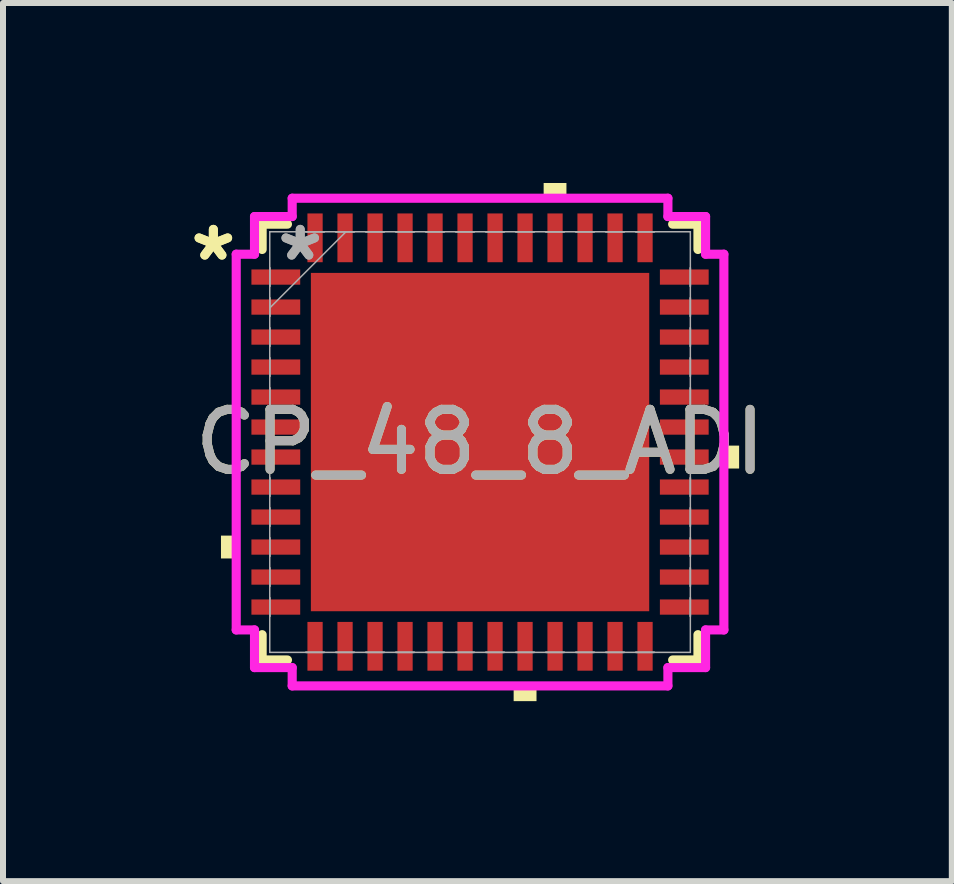
<source format=kicad_pcb>
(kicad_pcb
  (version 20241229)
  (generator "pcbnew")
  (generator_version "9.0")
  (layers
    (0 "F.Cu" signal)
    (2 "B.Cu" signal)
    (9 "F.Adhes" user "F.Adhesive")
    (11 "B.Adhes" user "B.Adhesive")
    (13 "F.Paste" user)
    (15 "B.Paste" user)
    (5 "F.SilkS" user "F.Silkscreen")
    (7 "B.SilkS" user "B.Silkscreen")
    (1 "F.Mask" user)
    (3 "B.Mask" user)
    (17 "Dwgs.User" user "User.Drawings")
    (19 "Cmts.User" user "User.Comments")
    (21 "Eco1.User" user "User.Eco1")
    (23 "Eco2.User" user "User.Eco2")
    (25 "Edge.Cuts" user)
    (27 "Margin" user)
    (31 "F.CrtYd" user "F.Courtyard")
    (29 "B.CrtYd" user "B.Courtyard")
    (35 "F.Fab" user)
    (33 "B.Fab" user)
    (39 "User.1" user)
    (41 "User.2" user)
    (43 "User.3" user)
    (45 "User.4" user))
  (footprint "CP_48_8_ADI"
    (layer "F.Cu")
    (at 4.951 4.318)
    (property "Reference" "CP_48_8_ADI" (at 0 0 0) (unlocked yes) (layer "F.SilkS") (effects (font (size 1 1) (thickness 0.15))))
    (attr smd)
    (fp_line (start -3.632 -3.632) (end -3.632 -3.21) (stroke (width 0.152) (type solid)) (layer "F.SilkS"))
    (fp_line (start -3.632 3.21) (end -3.632 3.632) (stroke (width 0.152) (type solid)) (layer "F.SilkS"))
    (fp_line (start -3.632 3.632) (end -3.21 3.632) (stroke (width 0.152) (type solid)) (layer "F.SilkS"))
    (fp_line (start -3.21 -3.632) (end -3.632 -3.632) (stroke (width 0.152) (type solid)) (layer "F.SilkS"))
    (fp_line (start 3.21 3.632) (end 3.632 3.632) (stroke (width 0.152) (type solid)) (layer "F.SilkS"))
    (fp_line (start 3.632 -3.632) (end 3.21 -3.632) (stroke (width 0.152) (type solid)) (layer "F.SilkS"))
    (fp_line (start 3.632 -3.21) (end 3.632 -3.632) (stroke (width 0.152) (type solid)) (layer "F.SilkS"))
    (fp_line (start 3.632 3.632) (end 3.632 3.21) (stroke (width 0.152) (type solid)) (layer "F.SilkS"))
    (fp_poly (pts (xy -4.318 1.559) (xy -4.318 1.94) (xy -4.064 1.94) (xy -4.064 1.559)) (stroke (width 0) (type solid)) (fill yes) (layer "F.SilkS"))
    (fp_poly (pts (xy 0.56 4.064) (xy 0.56 4.318) (xy 0.941 4.318) (xy 0.941 4.064)) (stroke (width 0) (type solid)) (fill yes) (layer "F.SilkS"))
    (fp_poly (pts (xy 1.06 -4.064) (xy 1.06 -4.318) (xy 1.44 -4.318) (xy 1.44 -4.064)) (stroke (width 0) (type solid)) (fill yes) (layer "F.SilkS"))
    (fp_poly (pts (xy 4.318 0.059) (xy 4.318 0.441) (xy 4.064 0.441) (xy 4.064 0.059)) (stroke (width 0) (type solid)) (fill yes) (layer "F.SilkS"))
    (fp_poly (pts (xy -2.719 -2.719) (xy -2.719 -1.51) (xy -1.51 -1.51) (xy -1.51 -2.719)) (stroke (width 0) (type solid)) (fill yes) (layer "F.Paste"))
    (fp_poly (pts (xy -2.719 -1.31) (xy -2.719 -0.1) (xy -1.51 -0.1) (xy -1.51 -1.31)) (stroke (width 0) (type solid)) (fill yes) (layer "F.Paste"))
    (fp_poly (pts (xy -2.719 0.1) (xy -2.719 1.31) (xy -1.51 1.31) (xy -1.51 0.1)) (stroke (width 0) (type solid)) (fill yes) (layer "F.Paste"))
    (fp_poly (pts (xy -2.719 1.51) (xy -2.719 2.719) (xy -1.51 2.719) (xy -1.51 1.51)) (stroke (width 0) (type solid)) (fill yes) (layer "F.Paste"))
    (fp_poly (pts (xy -1.31 -2.719) (xy -1.31 -1.51) (xy -0.1 -1.51) (xy -0.1 -2.719)) (stroke (width 0) (type solid)) (fill yes) (layer "F.Paste"))
    (fp_poly (pts (xy -1.31 -1.31) (xy -1.31 -0.1) (xy -0.1 -0.1) (xy -0.1 -1.31)) (stroke (width 0) (type solid)) (fill yes) (layer "F.Paste"))
    (fp_poly (pts (xy -1.31 0.1) (xy -1.31 1.31) (xy -0.1 1.31) (xy -0.1 0.1)) (stroke (width 0) (type solid)) (fill yes) (layer "F.Paste"))
    (fp_poly (pts (xy -1.31 1.51) (xy -1.31 2.719) (xy -0.1 2.719) (xy -0.1 1.51)) (stroke (width 0) (type solid)) (fill yes) (layer "F.Paste"))
    (fp_poly (pts (xy 0.1 -2.719) (xy 0.1 -1.51) (xy 1.31 -1.51) (xy 1.31 -2.719)) (stroke (width 0) (type solid)) (fill yes) (layer "F.Paste"))
    (fp_poly (pts (xy 0.1 -1.31) (xy 0.1 -0.1) (xy 1.31 -0.1) (xy 1.31 -1.31)) (stroke (width 0) (type solid)) (fill yes) (layer "F.Paste"))
    (fp_poly (pts (xy 0.1 0.1) (xy 0.1 1.31) (xy 1.31 1.31) (xy 1.31 0.1)) (stroke (width 0) (type solid)) (fill yes) (layer "F.Paste"))
    (fp_poly (pts (xy 0.1 1.51) (xy 0.1 2.719) (xy 1.31 2.719) (xy 1.31 1.51)) (stroke (width 0) (type solid)) (fill yes) (layer "F.Paste"))
    (fp_poly (pts (xy 1.51 -2.719) (xy 1.51 -1.51) (xy 2.719 -1.51) (xy 2.719 -2.719)) (stroke (width 0) (type solid)) (fill yes) (layer "F.Paste"))
    (fp_poly (pts (xy 1.51 -1.31) (xy 1.51 -0.1) (xy 2.719 -0.1) (xy 2.719 -1.31)) (stroke (width 0) (type solid)) (fill yes) (layer "F.Paste"))
    (fp_poly (pts (xy 1.51 0.1) (xy 1.51 1.31) (xy 2.719 1.31) (xy 2.719 0.1)) (stroke (width 0) (type solid)) (fill yes) (layer "F.Paste"))
    (fp_poly (pts (xy 1.51 1.51) (xy 1.51 2.719) (xy 2.719 2.719) (xy 2.719 1.51)) (stroke (width 0) (type solid)) (fill yes) (layer "F.Paste"))
    (fp_line (start -4.064 -3.131) (end -3.759 -3.131) (stroke (width 0.152) (type solid)) (layer "F.CrtYd"))
    (fp_line (start -4.064 3.131) (end -4.064 -3.131) (stroke (width 0.152) (type solid)) (layer "F.CrtYd"))
    (fp_line (start -3.759 -3.759) (end -3.131 -3.759) (stroke (width 0.152) (type solid)) (layer "F.CrtYd"))
    (fp_line (start -3.759 -3.131) (end -3.759 -3.759) (stroke (width 0.152) (type solid)) (layer "F.CrtYd"))
    (fp_line (start -3.759 3.131) (end -4.064 3.131) (stroke (width 0.152) (type solid)) (layer "F.CrtYd"))
    (fp_line (start -3.759 3.759) (end -3.759 3.131) (stroke (width 0.152) (type solid)) (layer "F.CrtYd"))
    (fp_line (start -3.131 -4.064) (end 3.131 -4.064) (stroke (width 0.152) (type solid)) (layer "F.CrtYd"))
    (fp_line (start -3.131 -3.759) (end -3.131 -4.064) (stroke (width 0.152) (type solid)) (layer "F.CrtYd"))
    (fp_line (start -3.131 3.759) (end -3.759 3.759) (stroke (width 0.152) (type solid)) (layer "F.CrtYd"))
    (fp_line (start -3.131 4.064) (end -3.131 3.759) (stroke (width 0.152) (type solid)) (layer "F.CrtYd"))
    (fp_line (start 3.131 -4.064) (end 3.131 -3.759) (stroke (width 0.152) (type solid)) (layer "F.CrtYd"))
    (fp_line (start 3.131 -3.759) (end 3.759 -3.759) (stroke (width 0.152) (type solid)) (layer "F.CrtYd"))
    (fp_line (start 3.131 3.759) (end 3.131 4.064) (stroke (width 0.152) (type solid)) (layer "F.CrtYd"))
    (fp_line (start 3.131 4.064) (end -3.131 4.064) (stroke (width 0.152) (type solid)) (layer "F.CrtYd"))
    (fp_line (start 3.759 -3.759) (end 3.759 -3.131) (stroke (width 0.152) (type solid)) (layer "F.CrtYd"))
    (fp_line (start 3.759 -3.131) (end 4.064 -3.131) (stroke (width 0.152) (type solid)) (layer "F.CrtYd"))
    (fp_line (start 3.759 3.131) (end 3.759 3.759) (stroke (width 0.152) (type solid)) (layer "F.CrtYd"))
    (fp_line (start 3.759 3.759) (end 3.131 3.759) (stroke (width 0.152) (type solid)) (layer "F.CrtYd"))
    (fp_line (start 4.064 -3.131) (end 4.064 3.131) (stroke (width 0.152) (type solid)) (layer "F.CrtYd"))
    (fp_line (start 4.064 3.131) (end 3.759 3.131) (stroke (width 0.152) (type solid)) (layer "F.CrtYd"))
    (fp_line (start -3.505 -3.505) (end -3.505 -3.505) (stroke (width 0.025) (type solid)) (layer "F.Fab"))
    (fp_line (start -3.505 -3.505) (end -3.505 3.505) (stroke (width 0.025) (type solid)) (layer "F.Fab"))
    (fp_line (start -3.505 -2.902) (end -3.505 -2.902) (stroke (width 0.025) (type solid)) (layer "F.Fab"))
    (fp_line (start -3.505 -2.902) (end -3.505 -2.598) (stroke (width 0.025) (type solid)) (layer "F.Fab"))
    (fp_line (start -3.505 -2.598) (end -3.505 -2.902) (stroke (width 0.025) (type solid)) (layer "F.Fab"))
    (fp_line (start -3.505 -2.598) (end -3.505 -2.598) (stroke (width 0.025) (type solid)) (layer "F.Fab"))
    (fp_line (start -3.505 -2.402) (end -3.505 -2.402) (stroke (width 0.025) (type solid)) (layer "F.Fab"))
    (fp_line (start -3.505 -2.402) (end -3.505 -2.098) (stroke (width 0.025) (type solid)) (layer "F.Fab"))
    (fp_line (start -3.505 -2.235) (end -2.235 -3.505) (stroke (width 0.025) (type solid)) (layer "F.Fab"))
    (fp_line (start -3.505 -2.098) (end -3.505 -2.402) (stroke (width 0.025) (type solid)) (layer "F.Fab"))
    (fp_line (start -3.505 -2.098) (end -3.505 -2.098) (stroke (width 0.025) (type solid)) (layer "F.Fab"))
    (fp_line (start -3.505 -1.902) (end -3.505 -1.902) (stroke (width 0.025) (type solid)) (layer "F.Fab"))
    (fp_line (start -3.505 -1.902) (end -3.505 -1.598) (stroke (width 0.025) (type solid)) (layer "F.Fab"))
    (fp_line (start -3.505 -1.598) (end -3.505 -1.902) (stroke (width 0.025) (type solid)) (layer "F.Fab"))
    (fp_line (start -3.505 -1.598) (end -3.505 -1.598) (stroke (width 0.025) (type solid)) (layer "F.Fab"))
    (fp_line (start -3.505 -1.402) (end -3.505 -1.402) (stroke (width 0.025) (type solid)) (layer "F.Fab"))
    (fp_line (start -3.505 -1.402) (end -3.505 -1.098) (stroke (width 0.025) (type solid)) (layer "F.Fab"))
    (fp_line (start -3.505 -1.098) (end -3.505 -1.402) (stroke (width 0.025) (type solid)) (layer "F.Fab"))
    (fp_line (start -3.505 -1.098) (end -3.505 -1.098) (stroke (width 0.025) (type solid)) (layer "F.Fab"))
    (fp_line (start -3.505 -0.902) (end -3.505 -0.902) (stroke (width 0.025) (type solid)) (layer "F.Fab"))
    (fp_line (start -3.505 -0.902) (end -3.505 -0.598) (stroke (width 0.025) (type solid)) (layer "F.Fab"))
    (fp_line (start -3.505 -0.598) (end -3.505 -0.902) (stroke (width 0.025) (type solid)) (layer "F.Fab"))
    (fp_line (start -3.505 -0.598) (end -3.505 -0.598) (stroke (width 0.025) (type solid)) (layer "F.Fab"))
    (fp_line (start -3.505 -0.402) (end -3.505 -0.402) (stroke (width 0.025) (type solid)) (layer "F.Fab"))
    (fp_line (start -3.505 -0.402) (end -3.505 -0.098) (stroke (width 0.025) (type solid)) (layer "F.Fab"))
    (fp_line (start -3.505 -0.098) (end -3.505 -0.402) (stroke (width 0.025) (type solid)) (layer "F.Fab"))
    (fp_line (start -3.505 -0.098) (end -3.505 -0.098) (stroke (width 0.025) (type solid)) (layer "F.Fab"))
    (fp_line (start -3.505 0.098) (end -3.505 0.098) (stroke (width 0.025) (type solid)) (layer "F.Fab"))
    (fp_line (start -3.505 0.098) (end -3.505 0.402) (stroke (width 0.025) (type solid)) (layer "F.Fab"))
    (fp_line (start -3.505 0.402) (end -3.505 0.098) (stroke (width 0.025) (type solid)) (layer "F.Fab"))
    (fp_line (start -3.505 0.402) (end -3.505 0.402) (stroke (width 0.025) (type solid)) (layer "F.Fab"))
    (fp_line (start -3.505 0.598) (end -3.505 0.598) (stroke (width 0.025) (type solid)) (layer "F.Fab"))
    (fp_line (start -3.505 0.598) (end -3.505 0.902) (stroke (width 0.025) (type solid)) (layer "F.Fab"))
    (fp_line (start -3.505 0.902) (end -3.505 0.598) (stroke (width 0.025) (type solid)) (layer "F.Fab"))
    (fp_line (start -3.505 0.902) (end -3.505 0.902) (stroke (width 0.025) (type solid)) (layer "F.Fab"))
    (fp_line (start -3.505 1.098) (end -3.505 1.098) (stroke (width 0.025) (type solid)) (layer "F.Fab"))
    (fp_line (start -3.505 1.098) (end -3.505 1.402) (stroke (width 0.025) (type solid)) (layer "F.Fab"))
    (fp_line (start -3.505 1.402) (end -3.505 1.098) (stroke (width 0.025) (type solid)) (layer "F.Fab"))
    (fp_line (start -3.505 1.402) (end -3.505 1.402) (stroke (width 0.025) (type solid)) (layer "F.Fab"))
    (fp_line (start -3.505 1.598) (end -3.505 1.598) (stroke (width 0.025) (type solid)) (layer "F.Fab"))
    (fp_line (start -3.505 1.598) (end -3.505 1.902) (stroke (width 0.025) (type solid)) (layer "F.Fab"))
    (fp_line (start -3.505 1.902) (end -3.505 1.598) (stroke (width 0.025) (type solid)) (layer "F.Fab"))
    (fp_line (start -3.505 1.902) (end -3.505 1.902) (stroke (width 0.025) (type solid)) (layer "F.Fab"))
    (fp_line (start -3.505 2.098) (end -3.505 2.098) (stroke (width 0.025) (type solid)) (layer "F.Fab"))
    (fp_line (start -3.505 2.098) (end -3.505 2.402) (stroke (width 0.025) (type solid)) (layer "F.Fab"))
    (fp_line (start -3.505 2.402) (end -3.505 2.098) (stroke (width 0.025) (type solid)) (layer "F.Fab"))
    (fp_line (start -3.505 2.402) (end -3.505 2.402) (stroke (width 0.025) (type solid)) (layer "F.Fab"))
    (fp_line (start -3.505 2.598) (end -3.505 2.598) (stroke (width 0.025) (type solid)) (layer "F.Fab"))
    (fp_line (start -3.505 2.598) (end -3.505 2.902) (stroke (width 0.025) (type solid)) (layer "F.Fab"))
    (fp_line (start -3.505 2.902) (end -3.505 2.598) (stroke (width 0.025) (type solid)) (layer "F.Fab"))
    (fp_line (start -3.505 2.902) (end -3.505 2.902) (stroke (width 0.025) (type solid)) (layer "F.Fab"))
    (fp_line (start -3.505 3.505) (end -3.505 3.505) (stroke (width 0.025) (type solid)) (layer "F.Fab"))
    (fp_line (start -3.505 3.505) (end 3.505 3.505) (stroke (width 0.025) (type solid)) (layer "F.Fab"))
    (fp_line (start -2.902 -3.505) (end -2.902 -3.505) (stroke (width 0.025) (type solid)) (layer "F.Fab"))
    (fp_line (start -2.902 -3.505) (end -2.598 -3.505) (stroke (width 0.025) (type solid)) (layer "F.Fab"))
    (fp_line (start -2.902 3.505) (end -2.902 3.505) (stroke (width 0.025) (type solid)) (layer "F.Fab"))
    (fp_line (start -2.902 3.505) (end -2.598 3.505) (stroke (width 0.025) (type solid)) (layer "F.Fab"))
    (fp_line (start -2.598 -3.505) (end -2.902 -3.505) (stroke (width 0.025) (type solid)) (layer "F.Fab"))
    (fp_line (start -2.598 -3.505) (end -2.598 -3.505) (stroke (width 0.025) (type solid)) (layer "F.Fab"))
    (fp_line (start -2.598 3.505) (end -2.902 3.505) (stroke (width 0.025) (type solid)) (layer "F.Fab"))
    (fp_line (start -2.598 3.505) (end -2.598 3.505) (stroke (width 0.025) (type solid)) (layer "F.Fab"))
    (fp_line (start -2.402 -3.505) (end -2.402 -3.505) (stroke (width 0.025) (type solid)) (layer "F.Fab"))
    (fp_line (start -2.402 -3.505) (end -2.098 -3.505) (stroke (width 0.025) (type solid)) (layer "F.Fab"))
    (fp_line (start -2.402 3.505) (end -2.402 3.505) (stroke (width 0.025) (type solid)) (layer "F.Fab"))
    (fp_line (start -2.402 3.505) (end -2.098 3.505) (stroke (width 0.025) (type solid)) (layer "F.Fab"))
    (fp_line (start -2.098 -3.505) (end -2.402 -3.505) (stroke (width 0.025) (type solid)) (layer "F.Fab"))
    (fp_line (start -2.098 -3.505) (end -2.098 -3.505) (stroke (width 0.025) (type solid)) (layer "F.Fab"))
    (fp_line (start -2.098 3.505) (end -2.402 3.505) (stroke (width 0.025) (type solid)) (layer "F.Fab"))
    (fp_line (start -2.098 3.505) (end -2.098 3.505) (stroke (width 0.025) (type solid)) (layer "F.Fab"))
    (fp_line (start -1.902 -3.505) (end -1.902 -3.505) (stroke (width 0.025) (type solid)) (layer "F.Fab"))
    (fp_line (start -1.902 -3.505) (end -1.598 -3.505) (stroke (width 0.025) (type solid)) (layer "F.Fab"))
    (fp_line (start -1.902 3.505) (end -1.902 3.505) (stroke (width 0.025) (type solid)) (layer "F.Fab"))
    (fp_line (start -1.902 3.505) (end -1.598 3.505) (stroke (width 0.025) (type solid)) (layer "F.Fab"))
    (fp_line (start -1.598 -3.505) (end -1.902 -3.505) (stroke (width 0.025) (type solid)) (layer "F.Fab"))
    (fp_line (start -1.598 -3.505) (end -1.598 -3.505) (stroke (width 0.025) (type solid)) (layer "F.Fab"))
    (fp_line (start -1.598 3.505) (end -1.902 3.505) (stroke (width 0.025) (type solid)) (layer "F.Fab"))
    (fp_line (start -1.598 3.505) (end -1.598 3.505) (stroke (width 0.025) (type solid)) (layer "F.Fab"))
    (fp_line (start -1.402 -3.505) (end -1.402 -3.505) (stroke (width 0.025) (type solid)) (layer "F.Fab"))
    (fp_line (start -1.402 -3.505) (end -1.098 -3.505) (stroke (width 0.025) (type solid)) (layer "F.Fab"))
    (fp_line (start -1.402 3.505) (end -1.402 3.505) (stroke (width 0.025) (type solid)) (layer "F.Fab"))
    (fp_line (start -1.402 3.505) (end -1.098 3.505) (stroke (width 0.025) (type solid)) (layer "F.Fab"))
    (fp_line (start -1.098 -3.505) (end -1.402 -3.505) (stroke (width 0.025) (type solid)) (layer "F.Fab"))
    (fp_line (start -1.098 -3.505) (end -1.098 -3.505) (stroke (width 0.025) (type solid)) (layer "F.Fab"))
    (fp_line (start -1.098 3.505) (end -1.402 3.505) (stroke (width 0.025) (type solid)) (layer "F.Fab"))
    (fp_line (start -1.098 3.505) (end -1.098 3.505) (stroke (width 0.025) (type solid)) (layer "F.Fab"))
    (fp_line (start -0.902 -3.505) (end -0.902 -3.505) (stroke (width 0.025) (type solid)) (layer "F.Fab"))
    (fp_line (start -0.902 -3.505) (end -0.598 -3.505) (stroke (width 0.025) (type solid)) (layer "F.Fab"))
    (fp_line (start -0.902 3.505) (end -0.902 3.505) (stroke (width 0.025) (type solid)) (layer "F.Fab"))
    (fp_line (start -0.902 3.505) (end -0.598 3.505) (stroke (width 0.025) (type solid)) (layer "F.Fab"))
    (fp_line (start -0.598 -3.505) (end -0.902 -3.505) (stroke (width 0.025) (type solid)) (layer "F.Fab"))
    (fp_line (start -0.598 -3.505) (end -0.598 -3.505) (stroke (width 0.025) (type solid)) (layer "F.Fab"))
    (fp_line (start -0.598 3.505) (end -0.902 3.505) (stroke (width 0.025) (type solid)) (layer "F.Fab"))
    (fp_line (start -0.598 3.505) (end -0.598 3.505) (stroke (width 0.025) (type solid)) (layer "F.Fab"))
    (fp_line (start -0.402 -3.505) (end -0.402 -3.505) (stroke (width 0.025) (type solid)) (layer "F.Fab"))
    (fp_line (start -0.402 -3.505) (end -0.098 -3.505) (stroke (width 0.025) (type solid)) (layer "F.Fab"))
    (fp_line (start -0.402 3.505) (end -0.402 3.505) (stroke (width 0.025) (type solid)) (layer "F.Fab"))
    (fp_line (start -0.402 3.505) (end -0.098 3.505) (stroke (width 0.025) (type solid)) (layer "F.Fab"))
    (fp_line (start -0.098 -3.505) (end -0.402 -3.505) (stroke (width 0.025) (type solid)) (layer "F.Fab"))
    (fp_line (start -0.098 -3.505) (end -0.098 -3.505) (stroke (width 0.025) (type solid)) (layer "F.Fab"))
    (fp_line (start -0.098 3.505) (end -0.402 3.505) (stroke (width 0.025) (type solid)) (layer "F.Fab"))
    (fp_line (start -0.098 3.505) (end -0.098 3.505) (stroke (width 0.025) (type solid)) (layer "F.Fab"))
    (fp_line (start 0.098 -3.505) (end 0.098 -3.505) (stroke (width 0.025) (type solid)) (layer "F.Fab"))
    (fp_line (start 0.098 -3.505) (end 0.402 -3.505) (stroke (width 0.025) (type solid)) (layer "F.Fab"))
    (fp_line (start 0.098 3.505) (end 0.098 3.505) (stroke (width 0.025) (type solid)) (layer "F.Fab"))
    (fp_line (start 0.098 3.505) (end 0.402 3.505) (stroke (width 0.025) (type solid)) (layer "F.Fab"))
    (fp_line (start 0.402 -3.505) (end 0.098 -3.505) (stroke (width 0.025) (type solid)) (layer "F.Fab"))
    (fp_line (start 0.402 -3.505) (end 0.402 -3.505) (stroke (width 0.025) (type solid)) (layer "F.Fab"))
    (fp_line (start 0.402 3.505) (end 0.098 3.505) (stroke (width 0.025) (type solid)) (layer "F.Fab"))
    (fp_line (start 0.402 3.505) (end 0.402 3.505) (stroke (width 0.025) (type solid)) (layer "F.Fab"))
    (fp_line (start 0.598 -3.505) (end 0.598 -3.505) (stroke (width 0.025) (type solid)) (layer "F.Fab"))
    (fp_line (start 0.598 -3.505) (end 0.902 -3.505) (stroke (width 0.025) (type solid)) (layer "F.Fab"))
    (fp_line (start 0.598 3.505) (end 0.598 3.505) (stroke (width 0.025) (type solid)) (layer "F.Fab"))
    (fp_line (start 0.598 3.505) (end 0.902 3.505) (stroke (width 0.025) (type solid)) (layer "F.Fab"))
    (fp_line (start 0.902 -3.505) (end 0.598 -3.505) (stroke (width 0.025) (type solid)) (layer "F.Fab"))
    (fp_line (start 0.902 -3.505) (end 0.902 -3.505) (stroke (width 0.025) (type solid)) (layer "F.Fab"))
    (fp_line (start 0.902 3.505) (end 0.598 3.505) (stroke (width 0.025) (type solid)) (layer "F.Fab"))
    (fp_line (start 0.902 3.505) (end 0.902 3.505) (stroke (width 0.025) (type solid)) (layer "F.Fab"))
    (fp_line (start 1.098 -3.505) (end 1.098 -3.505) (stroke (width 0.025) (type solid)) (layer "F.Fab"))
    (fp_line (start 1.098 -3.505) (end 1.402 -3.505) (stroke (width 0.025) (type solid)) (layer "F.Fab"))
    (fp_line (start 1.098 3.505) (end 1.098 3.505) (stroke (width 0.025) (type solid)) (layer "F.Fab"))
    (fp_line (start 1.098 3.505) (end 1.402 3.505) (stroke (width 0.025) (type solid)) (layer "F.Fab"))
    (fp_line (start 1.402 -3.505) (end 1.098 -3.505) (stroke (width 0.025) (type solid)) (layer "F.Fab"))
    (fp_line (start 1.402 -3.505) (end 1.402 -3.505) (stroke (width 0.025) (type solid)) (layer "F.Fab"))
    (fp_line (start 1.402 3.505) (end 1.098 3.505) (stroke (width 0.025) (type solid)) (layer "F.Fab"))
    (fp_line (start 1.402 3.505) (end 1.402 3.505) (stroke (width 0.025) (type solid)) (layer "F.Fab"))
    (fp_line (start 1.598 -3.505) (end 1.598 -3.505) (stroke (width 0.025) (type solid)) (layer "F.Fab"))
    (fp_line (start 1.598 -3.505) (end 1.902 -3.505) (stroke (width 0.025) (type solid)) (layer "F.Fab"))
    (fp_line (start 1.598 3.505) (end 1.598 3.505) (stroke (width 0.025) (type solid)) (layer "F.Fab"))
    (fp_line (start 1.598 3.505) (end 1.902 3.505) (stroke (width 0.025) (type solid)) (layer "F.Fab"))
    (fp_line (start 1.902 -3.505) (end 1.598 -3.505) (stroke (width 0.025) (type solid)) (layer "F.Fab"))
    (fp_line (start 1.902 -3.505) (end 1.902 -3.505) (stroke (width 0.025) (type solid)) (layer "F.Fab"))
    (fp_line (start 1.902 3.505) (end 1.598 3.505) (stroke (width 0.025) (type solid)) (layer "F.Fab"))
    (fp_line (start 1.902 3.505) (end 1.902 3.505) (stroke (width 0.025) (type solid)) (layer "F.Fab"))
    (fp_line (start 2.098 -3.505) (end 2.098 -3.505) (stroke (width 0.025) (type solid)) (layer "F.Fab"))
    (fp_line (start 2.098 -3.505) (end 2.402 -3.505) (stroke (width 0.025) (type solid)) (layer "F.Fab"))
    (fp_line (start 2.098 3.505) (end 2.098 3.505) (stroke (width 0.025) (type solid)) (layer "F.Fab"))
    (fp_line (start 2.098 3.505) (end 2.402 3.505) (stroke (width 0.025) (type solid)) (layer "F.Fab"))
    (fp_line (start 2.402 -3.505) (end 2.098 -3.505) (stroke (width 0.025) (type solid)) (layer "F.Fab"))
    (fp_line (start 2.402 -3.505) (end 2.402 -3.505) (stroke (width 0.025) (type solid)) (layer "F.Fab"))
    (fp_line (start 2.402 3.505) (end 2.098 3.505) (stroke (width 0.025) (type solid)) (layer "F.Fab"))
    (fp_line (start 2.402 3.505) (end 2.402 3.505) (stroke (width 0.025) (type solid)) (layer "F.Fab"))
    (fp_line (start 2.598 -3.505) (end 2.598 -3.505) (stroke (width 0.025) (type solid)) (layer "F.Fab"))
    (fp_line (start 2.598 -3.505) (end 2.902 -3.505) (stroke (width 0.025) (type solid)) (layer "F.Fab"))
    (fp_line (start 2.598 3.505) (end 2.598 3.505) (stroke (width 0.025) (type solid)) (layer "F.Fab"))
    (fp_line (start 2.598 3.505) (end 2.902 3.505) (stroke (width 0.025) (type solid)) (layer "F.Fab"))
    (fp_line (start 2.902 -3.505) (end 2.598 -3.505) (stroke (width 0.025) (type solid)) (layer "F.Fab"))
    (fp_line (start 2.902 -3.505) (end 2.902 -3.505) (stroke (width 0.025) (type solid)) (layer "F.Fab"))
    (fp_line (start 2.902 3.505) (end 2.598 3.505) (stroke (width 0.025) (type solid)) (layer "F.Fab"))
    (fp_line (start 2.902 3.505) (end 2.902 3.505) (stroke (width 0.025) (type solid)) (layer "F.Fab"))
    (fp_line (start 3.505 -3.505) (end -3.505 -3.505) (stroke (width 0.025) (type solid)) (layer "F.Fab"))
    (fp_line (start 3.505 -3.505) (end 3.505 -3.505) (stroke (width 0.025) (type solid)) (layer "F.Fab"))
    (fp_line (start 3.505 -2.902) (end 3.505 -2.902) (stroke (width 0.025) (type solid)) (layer "F.Fab"))
    (fp_line (start 3.505 -2.902) (end 3.505 -2.598) (stroke (width 0.025) (type solid)) (layer "F.Fab"))
    (fp_line (start 3.505 -2.598) (end 3.505 -2.902) (stroke (width 0.025) (type solid)) (layer "F.Fab"))
    (fp_line (start 3.505 -2.598) (end 3.505 -2.598) (stroke (width 0.025) (type solid)) (layer "F.Fab"))
    (fp_line (start 3.505 -2.402) (end 3.505 -2.402) (stroke (width 0.025) (type solid)) (layer "F.Fab"))
    (fp_line (start 3.505 -2.402) (end 3.505 -2.098) (stroke (width 0.025) (type solid)) (layer "F.Fab"))
    (fp_line (start 3.505 -2.098) (end 3.505 -2.402) (stroke (width 0.025) (type solid)) (layer "F.Fab"))
    (fp_line (start 3.505 -2.098) (end 3.505 -2.098) (stroke (width 0.025) (type solid)) (layer "F.Fab"))
    (fp_line (start 3.505 -1.902) (end 3.505 -1.902) (stroke (width 0.025) (type solid)) (layer "F.Fab"))
    (fp_line (start 3.505 -1.902) (end 3.505 -1.598) (stroke (width 0.025) (type solid)) (layer "F.Fab"))
    (fp_line (start 3.505 -1.598) (end 3.505 -1.902) (stroke (width 0.025) (type solid)) (layer "F.Fab"))
    (fp_line (start 3.505 -1.598) (end 3.505 -1.598) (stroke (width 0.025) (type solid)) (layer "F.Fab"))
    (fp_line (start 3.505 -1.402) (end 3.505 -1.402) (stroke (width 0.025) (type solid)) (layer "F.Fab"))
    (fp_line (start 3.505 -1.402) (end 3.505 -1.098) (stroke (width 0.025) (type solid)) (layer "F.Fab"))
    (fp_line (start 3.505 -1.098) (end 3.505 -1.402) (stroke (width 0.025) (type solid)) (layer "F.Fab"))
    (fp_line (start 3.505 -1.098) (end 3.505 -1.098) (stroke (width 0.025) (type solid)) (layer "F.Fab"))
    (fp_line (start 3.505 -0.902) (end 3.505 -0.902) (stroke (width 0.025) (type solid)) (layer "F.Fab"))
    (fp_line (start 3.505 -0.902) (end 3.505 -0.598) (stroke (width 0.025) (type solid)) (layer "F.Fab"))
    (fp_line (start 3.505 -0.598) (end 3.505 -0.902) (stroke (width 0.025) (type solid)) (layer "F.Fab"))
    (fp_line (start 3.505 -0.598) (end 3.505 -0.598) (stroke (width 0.025) (type solid)) (layer "F.Fab"))
    (fp_line (start 3.505 -0.402) (end 3.505 -0.402) (stroke (width 0.025) (type solid)) (layer "F.Fab"))
    (fp_line (start 3.505 -0.402) (end 3.505 -0.098) (stroke (width 0.025) (type solid)) (layer "F.Fab"))
    (fp_line (start 3.505 -0.098) (end 3.505 -0.402) (stroke (width 0.025) (type solid)) (layer "F.Fab"))
    (fp_line (start 3.505 -0.098) (end 3.505 -0.098) (stroke (width 0.025) (type solid)) (layer "F.Fab"))
    (fp_line (start 3.505 0.098) (end 3.505 0.098) (stroke (width 0.025) (type solid)) (layer "F.Fab"))
    (fp_line (start 3.505 0.098) (end 3.505 0.402) (stroke (width 0.025) (type solid)) (layer "F.Fab"))
    (fp_line (start 3.505 0.402) (end 3.505 0.098) (stroke (width 0.025) (type solid)) (layer "F.Fab"))
    (fp_line (start 3.505 0.402) (end 3.505 0.402) (stroke (width 0.025) (type solid)) (layer "F.Fab"))
    (fp_line (start 3.505 0.598) (end 3.505 0.598) (stroke (width 0.025) (type solid)) (layer "F.Fab"))
    (fp_line (start 3.505 0.598) (end 3.505 0.902) (stroke (width 0.025) (type solid)) (layer "F.Fab"))
    (fp_line (start 3.505 0.902) (end 3.505 0.598) (stroke (width 0.025) (type solid)) (layer "F.Fab"))
    (fp_line (start 3.505 0.902) (end 3.505 0.902) (stroke (width 0.025) (type solid)) (layer "F.Fab"))
    (fp_line (start 3.505 1.098) (end 3.505 1.098) (stroke (width 0.025) (type solid)) (layer "F.Fab"))
    (fp_line (start 3.505 1.098) (end 3.505 1.402) (stroke (width 0.025) (type solid)) (layer "F.Fab"))
    (fp_line (start 3.505 1.402) (end 3.505 1.098) (stroke (width 0.025) (type solid)) (layer "F.Fab"))
    (fp_line (start 3.505 1.402) (end 3.505 1.402) (stroke (width 0.025) (type solid)) (layer "F.Fab"))
    (fp_line (start 3.505 1.598) (end 3.505 1.598) (stroke (width 0.025) (type solid)) (layer "F.Fab"))
    (fp_line (start 3.505 1.598) (end 3.505 1.902) (stroke (width 0.025) (type solid)) (layer "F.Fab"))
    (fp_line (start 3.505 1.902) (end 3.505 1.598) (stroke (width 0.025) (type solid)) (layer "F.Fab"))
    (fp_line (start 3.505 1.902) (end 3.505 1.902) (stroke (width 0.025) (type solid)) (layer "F.Fab"))
    (fp_line (start 3.505 2.098) (end 3.505 2.098) (stroke (width 0.025) (type solid)) (layer "F.Fab"))
    (fp_line (start 3.505 2.098) (end 3.505 2.402) (stroke (width 0.025) (type solid)) (layer "F.Fab"))
    (fp_line (start 3.505 2.402) (end 3.505 2.098) (stroke (width 0.025) (type solid)) (layer "F.Fab"))
    (fp_line (start 3.505 2.402) (end 3.505 2.402) (stroke (width 0.025) (type solid)) (layer "F.Fab"))
    (fp_line (start 3.505 2.598) (end 3.505 2.598) (stroke (width 0.025) (type solid)) (layer "F.Fab"))
    (fp_line (start 3.505 2.598) (end 3.505 2.902) (stroke (width 0.025) (type solid)) (layer "F.Fab"))
    (fp_line (start 3.505 2.902) (end 3.505 2.598) (stroke (width 0.025) (type solid)) (layer "F.Fab"))
    (fp_line (start 3.505 2.902) (end 3.505 2.902) (stroke (width 0.025) (type solid)) (layer "F.Fab"))
    (fp_line (start 3.505 3.505) (end 3.505 -3.505) (stroke (width 0.025) (type solid)) (layer "F.Fab"))
    (fp_line (start 3.505 3.505) (end 3.505 3.505) (stroke (width 0.025) (type solid)) (layer "F.Fab"))
    (fp_text user "*" (at -4.445 -3 0) (layer "F.SilkS") (effects (font (size 1 1) (thickness 0.15))))
    (fp_text user "*" (at -4.445 -3 0) (unlocked yes) (layer "F.SilkS") (effects (font (size 1 1) (thickness 0.15))))
    (fp_text user "*" (at -2.997 -3 0) (layer "F.Fab") (effects (font (size 1 1) (thickness 0.15))))
    (fp_text user "${REFERENCE}" (at 0 0 0) (unlocked yes) (layer "F.Fab") (effects (font (size 1 1) (thickness 0.15))))
    (fp_text user "*" (at -2.997 -3 0) (unlocked yes) (layer "F.Fab") (effects (font (size 1 1) (thickness 0.15))))
    (pad "1" smd rect (at -3.404 -2.75 90) (size 0.254 0.813) (layers "F.Cu" "F.Mask" "F.Paste"))
    (pad "2" smd rect (at -3.404 -2.25 90) (size 0.254 0.813) (layers "F.Cu" "F.Mask" "F.Paste"))
    (pad "3" smd rect (at -3.404 -1.75 90) (size 0.254 0.813) (layers "F.Cu" "F.Mask" "F.Paste"))
    (pad "4" smd rect (at -3.404 -1.25 90) (size 0.254 0.813) (layers "F.Cu" "F.Mask" "F.Paste"))
    (pad "5" smd rect (at -3.404 -0.75 90) (size 0.254 0.813) (layers "F.Cu" "F.Mask" "F.Paste"))
    (pad "6" smd rect (at -3.404 -0.25 90) (size 0.254 0.813) (layers "F.Cu" "F.Mask" "F.Paste"))
    (pad "7" smd rect (at -3.404 0.25 90) (size 0.254 0.813) (layers "F.Cu" "F.Mask" "F.Paste"))
    (pad "8" smd rect (at -3.404 0.75 90) (size 0.254 0.813) (layers "F.Cu" "F.Mask" "F.Paste"))
    (pad "9" smd rect (at -3.404 1.25 90) (size 0.254 0.813) (layers "F.Cu" "F.Mask" "F.Paste"))
    (pad "10" smd rect (at -3.404 1.75 90) (size 0.254 0.813) (layers "F.Cu" "F.Mask" "F.Paste"))
    (pad "11" smd rect (at -3.404 2.25 90) (size 0.254 0.813) (layers "F.Cu" "F.Mask" "F.Paste"))
    (pad "12" smd rect (at -3.404 2.75 90) (size 0.254 0.813) (layers "F.Cu" "F.Mask" "F.Paste"))
    (pad "13" smd rect (at -2.75 3.404) (size 0.254 0.813) (layers "F.Cu" "F.Mask" "F.Paste"))
    (pad "14" smd rect (at -2.25 3.404) (size 0.254 0.813) (layers "F.Cu" "F.Mask" "F.Paste"))
    (pad "15" smd rect (at -1.75 3.404) (size 0.254 0.813) (layers "F.Cu" "F.Mask" "F.Paste"))
    (pad "16" smd rect (at -1.25 3.404) (size 0.254 0.813) (layers "F.Cu" "F.Mask" "F.Paste"))
    (pad "17" smd rect (at -0.75 3.404) (size 0.254 0.813) (layers "F.Cu" "F.Mask" "F.Paste"))
    (pad "18" smd rect (at -0.25 3.404) (size 0.254 0.813) (layers "F.Cu" "F.Mask" "F.Paste"))
    (pad "19" smd rect (at 0.25 3.404) (size 0.254 0.813) (layers "F.Cu" "F.Mask" "F.Paste"))
    (pad "20" smd rect (at 0.75 3.404) (size 0.254 0.813) (layers "F.Cu" "F.Mask" "F.Paste"))
    (pad "21" smd rect (at 1.25 3.404) (size 0.254 0.813) (layers "F.Cu" "F.Mask" "F.Paste"))
    (pad "22" smd rect (at 1.75 3.404) (size 0.254 0.813) (layers "F.Cu" "F.Mask" "F.Paste"))
    (pad "23" smd rect (at 2.25 3.404) (size 0.254 0.813) (layers "F.Cu" "F.Mask" "F.Paste"))
    (pad "24" smd rect (at 2.75 3.404) (size 0.254 0.813) (layers "F.Cu" "F.Mask" "F.Paste"))
    (pad "25" smd rect (at 3.404 2.75 90) (size 0.254 0.813) (layers "F.Cu" "F.Mask" "F.Paste"))
    (pad "26" smd rect (at 3.404 2.25 90) (size 0.254 0.813) (layers "F.Cu" "F.Mask" "F.Paste"))
    (pad "27" smd rect (at 3.404 1.75 90) (size 0.254 0.813) (layers "F.Cu" "F.Mask" "F.Paste"))
    (pad "28" smd rect (at 3.404 1.25 90) (size 0.254 0.813) (layers "F.Cu" "F.Mask" "F.Paste"))
    (pad "29" smd rect (at 3.404 0.75 90) (size 0.254 0.813) (layers "F.Cu" "F.Mask" "F.Paste"))
    (pad "30" smd rect (at 3.404 0.25 90) (size 0.254 0.813) (layers "F.Cu" "F.Mask" "F.Paste"))
    (pad "31" smd rect (at 3.404 -0.25 90) (size 0.254 0.813) (layers "F.Cu" "F.Mask" "F.Paste"))
    (pad "32" smd rect (at 3.404 -0.75 90) (size 0.254 0.813) (layers "F.Cu" "F.Mask" "F.Paste"))
    (pad "33" smd rect (at 3.404 -1.25 90) (size 0.254 0.813) (layers "F.Cu" "F.Mask" "F.Paste"))
    (pad "34" smd rect (at 3.404 -1.75 90) (size 0.254 0.813) (layers "F.Cu" "F.Mask" "F.Paste"))
    (pad "35" smd rect (at 3.404 -2.25 90) (size 0.254 0.813) (layers "F.Cu" "F.Mask" "F.Paste"))
    (pad "36" smd rect (at 3.404 -2.75 90) (size 0.254 0.813) (layers "F.Cu" "F.Mask" "F.Paste"))
    (pad "37" smd rect (at 2.75 -3.404) (size 0.254 0.813) (layers "F.Cu" "F.Mask" "F.Paste"))
    (pad "38" smd rect (at 2.25 -3.404) (size 0.254 0.813) (layers "F.Cu" "F.Mask" "F.Paste"))
    (pad "39" smd rect (at 1.75 -3.404) (size 0.254 0.813) (layers "F.Cu" "F.Mask" "F.Paste"))
    (pad "40" smd rect (at 1.25 -3.404) (size 0.254 0.813) (layers "F.Cu" "F.Mask" "F.Paste"))
    (pad "41" smd rect (at 0.75 -3.404) (size 0.254 0.813) (layers "F.Cu" "F.Mask" "F.Paste"))
    (pad "42" smd rect (at 0.25 -3.404) (size 0.254 0.813) (layers "F.Cu" "F.Mask" "F.Paste"))
    (pad "43" smd rect (at -0.25 -3.404) (size 0.254 0.813) (layers "F.Cu" "F.Mask" "F.Paste"))
    (pad "44" smd rect (at -0.75 -3.404) (size 0.254 0.813) (layers "F.Cu" "F.Mask" "F.Paste"))
    (pad "45" smd rect (at -1.25 -3.404) (size 0.254 0.813) (layers "F.Cu" "F.Mask" "F.Paste"))
    (pad "46" smd rect (at -1.75 -3.404) (size 0.254 0.813) (layers "F.Cu" "F.Mask" "F.Paste"))
    (pad "47" smd rect (at -2.25 -3.404) (size 0.254 0.813) (layers "F.Cu" "F.Mask" "F.Paste"))
    (pad "48" smd rect (at -2.75 -3.404) (size 0.254 0.813) (layers "F.Cu" "F.Mask" "F.Paste"))
    (pad "49" smd rect (at 0 0) (size 5.639 5.639) (layers "F.Cu" "F.Mask" "F.Paste")))
  (gr_rect
    (start -3 -3)
    (end 12.814 11.636)
    (stroke (width 0.1) (type default))
    (fill no)
    (layer "Edge.Cuts")))
</source>
